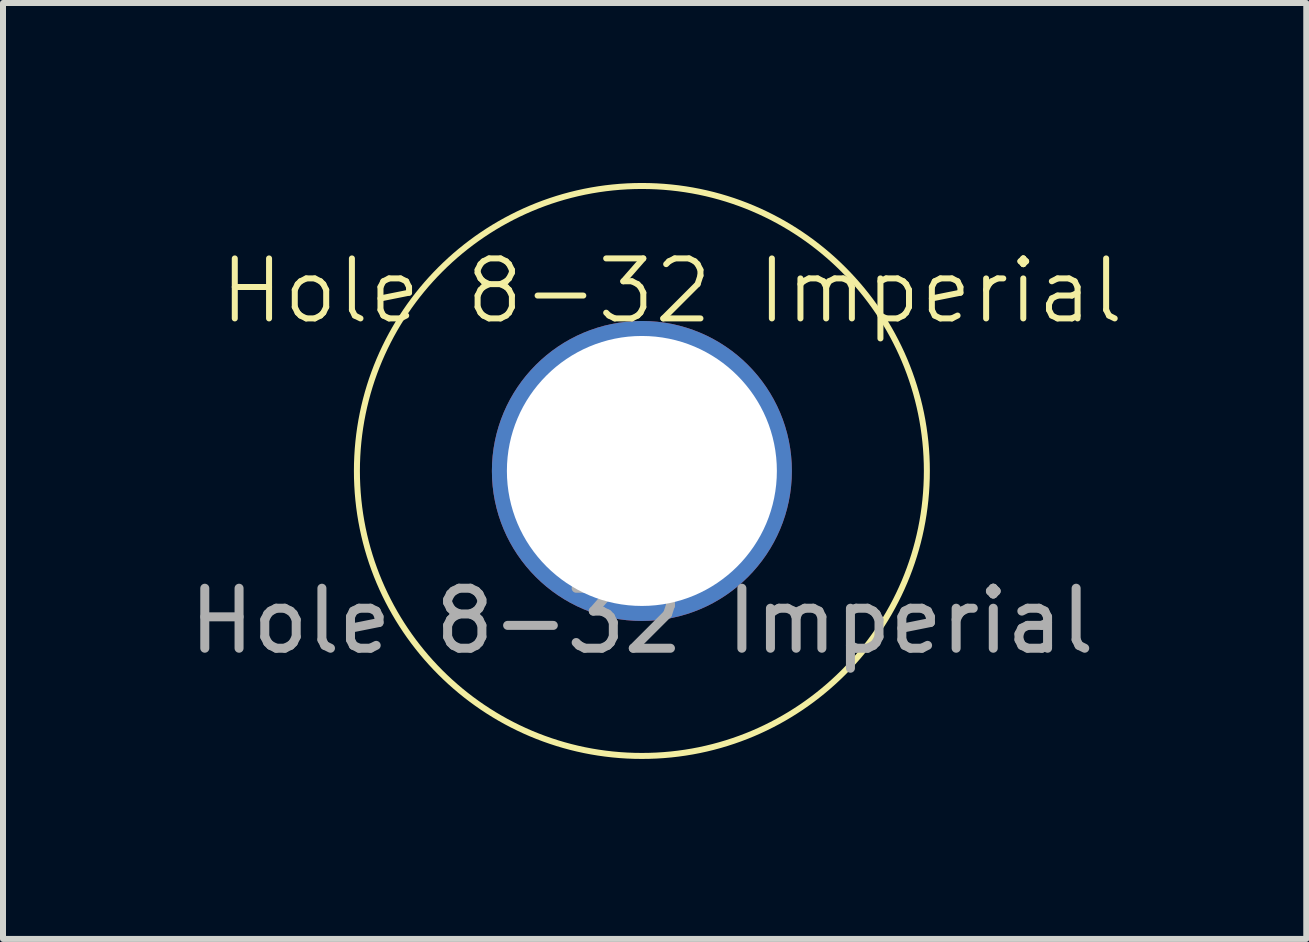
<source format=kicad_pcb>
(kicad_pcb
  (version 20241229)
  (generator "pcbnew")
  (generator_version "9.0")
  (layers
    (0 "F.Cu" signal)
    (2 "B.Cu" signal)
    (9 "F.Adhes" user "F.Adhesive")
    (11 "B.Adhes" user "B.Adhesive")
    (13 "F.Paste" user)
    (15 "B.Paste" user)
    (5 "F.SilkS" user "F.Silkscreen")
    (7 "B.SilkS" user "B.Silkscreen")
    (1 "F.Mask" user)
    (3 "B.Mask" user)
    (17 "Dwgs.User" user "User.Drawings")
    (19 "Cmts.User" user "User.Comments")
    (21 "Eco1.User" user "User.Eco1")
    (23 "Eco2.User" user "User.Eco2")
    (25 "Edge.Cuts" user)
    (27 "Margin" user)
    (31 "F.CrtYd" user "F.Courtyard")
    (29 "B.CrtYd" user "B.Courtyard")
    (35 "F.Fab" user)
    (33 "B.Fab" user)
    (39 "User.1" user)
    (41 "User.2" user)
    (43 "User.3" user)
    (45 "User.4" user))
  (footprint "Hole 8-32 Imperial"
    (layer "F.Cu")
    (at 7.649 4.8)
    (property "Reference" "Hole 8-32 Imperial" (at 0.5 -3 0) (unlocked yes) (layer "F.SilkS") (effects (font (size 1 1) (thickness 0.1))))
    (attr smd)
    (fp_circle (center 0 0) (end 4.75 0) (stroke (width 0.1) (type solid)) (fill no) (layer "F.SilkS"))
    (fp_text user "${REFERENCE}" (at 0 2.5 0) (unlocked yes) (layer "F.Fab") (effects (font (size 1 1) (thickness 0.15))))
    (pad "1" thru_hole circle (at 0 0) (size 5 5) (drill 4.5) (layers "*.Cu" "*.Mask")))
  (gr_rect
    (start -3 -3)
    (end 18.723 12.6)
    (stroke (width 0.1) (type default))
    (fill no)
    (layer "Edge.Cuts")))
</source>
